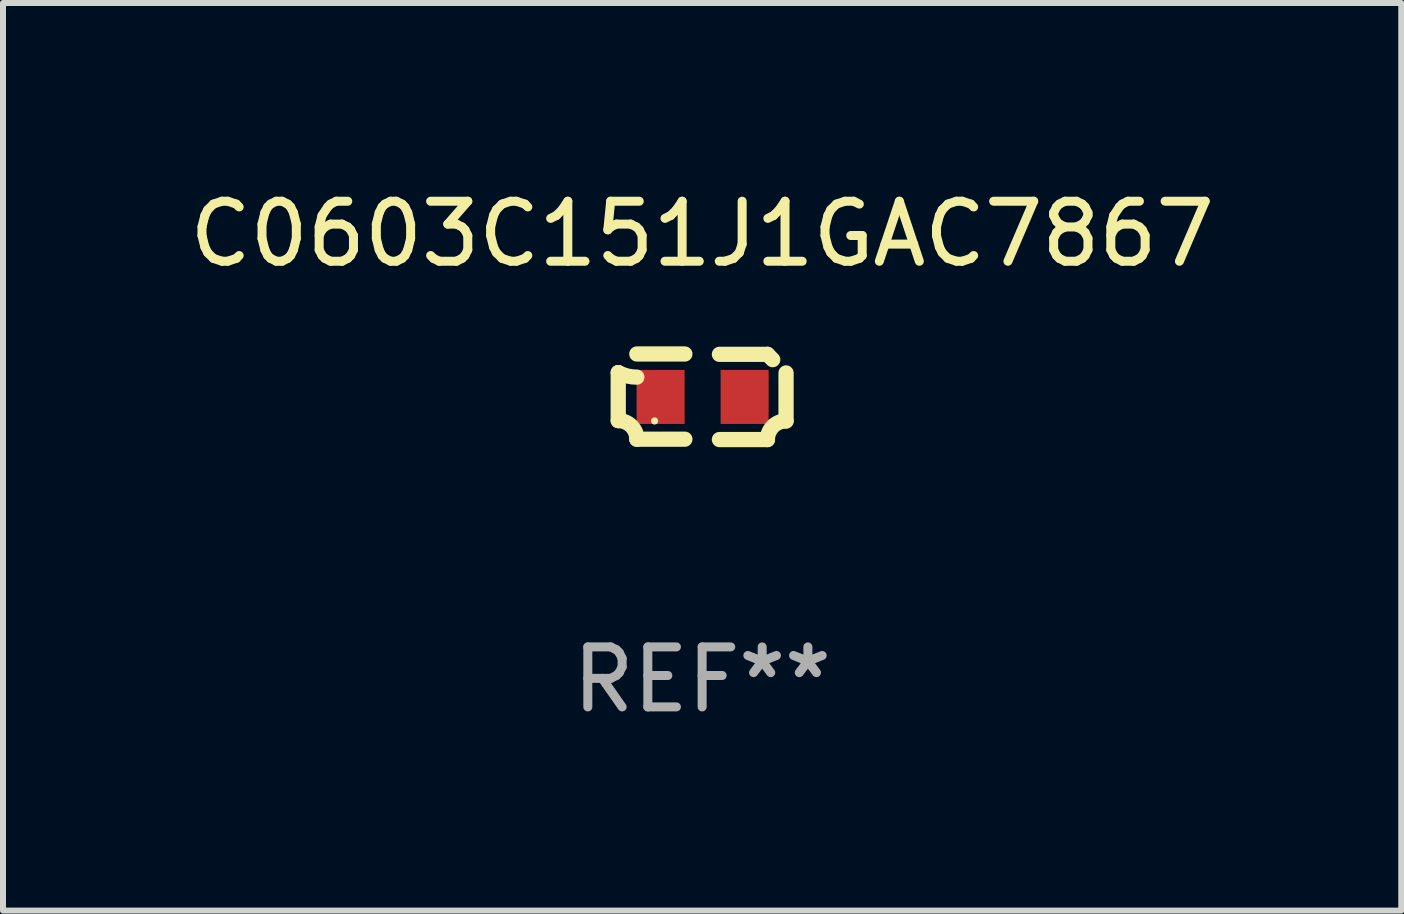
<source format=kicad_pcb>
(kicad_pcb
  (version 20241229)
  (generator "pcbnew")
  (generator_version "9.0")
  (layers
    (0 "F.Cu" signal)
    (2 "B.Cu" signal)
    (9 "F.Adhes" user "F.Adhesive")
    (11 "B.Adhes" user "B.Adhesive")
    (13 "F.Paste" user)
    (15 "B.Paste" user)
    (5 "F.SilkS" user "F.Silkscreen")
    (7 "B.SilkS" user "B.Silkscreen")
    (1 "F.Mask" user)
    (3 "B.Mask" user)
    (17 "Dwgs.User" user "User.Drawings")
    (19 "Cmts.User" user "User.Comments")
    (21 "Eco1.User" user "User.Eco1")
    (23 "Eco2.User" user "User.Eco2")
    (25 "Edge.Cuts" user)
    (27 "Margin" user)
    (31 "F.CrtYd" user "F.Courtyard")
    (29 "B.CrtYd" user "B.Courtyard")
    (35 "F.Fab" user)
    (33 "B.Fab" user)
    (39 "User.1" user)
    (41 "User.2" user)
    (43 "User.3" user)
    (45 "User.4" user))
  (footprint "C0603C151J1GAC7867"
    (layer "F.Cu")
    (at 8.649 3.561)
    (property "Reference" "C0603C151J1GAC7867" (at 0 -2.713 0) (layer "F.SilkS") (effects (font (size 1 1) (thickness 0.15))))
    (attr through_hole)
    (fp_line (start -1.398 -0.403) (end -1.398 0.397) (stroke (width 0.254) (type solid)) (layer "F.SilkS"))
    (fp_line (start -0.288 -0.713) (end -1.088 -0.713) (stroke (width 0.254) (type solid)) (layer "F.SilkS"))
    (fp_line (start -0.288 0.707) (end -1.088 0.707) (stroke (width 0.254) (type solid)) (layer "F.SilkS"))
    (fp_line (start 0.288 -0.707) (end 1.088 -0.707) (stroke (width 0.254) (type solid)) (layer "F.SilkS"))
    (fp_line (start 0.288 0.713) (end 1.088 0.713) (stroke (width 0.254) (type solid)) (layer "F.SilkS"))
    (fp_line (start 1.398 -0.397) (end 1.398 0.403) (stroke (width 0.254) (type solid)) (layer "F.SilkS"))
    (fp_arc (start -1.397789 0.397066) (mid -1.178701 0.487826) (end -1.08796 0.706922) (stroke (width 0.254001) (type solid)) (layer "F.SilkS"))
    (fp_arc (start -1.08796 -0.327176) (mid -1.247436 -0.346384) (end -1.39779 -0.402908) (stroke (width 0.254001) (type solid)) (layer "F.SilkS"))
    (fp_arc (start 1.087909 0.712738) (mid 1.178656 0.493655) (end 1.397739 0.402908) (stroke (width 0.254001) (type solid)) (layer "F.SilkS"))
    (fp_arc (start 1.175925 -0.618926) (mid 1.131917 -0.662923) (end 1.08791 -0.706922) (stroke (width 0.254001) (type solid)) (layer "F.SilkS"))
    (fp_circle (center -0.792 0.403) (end -0.762 0.403) (stroke (width 0.06) (type solid)) (fill no) (layer "F.SilkS"))
    (fp_text user "REF**" (at 0 4.713 0) (layer "F.Fab") (effects (font (size 1 1) (thickness 0.15))))
    (pad "1" smd rect (at -0.692 0.003) (size 0.8 0.9) (layers "F.Cu" "F.Mask" "F.Paste"))
    (pad "2" smd rect (at 0.708 0.003) (size 0.8 0.9) (layers "F.Cu" "F.Mask" "F.Paste")))
  (gr_rect
    (start -3 -3)
    (end 20.298 12.122)
    (stroke (width 0.1) (type default))
    (fill no)
    (layer "Edge.Cuts")))
</source>
